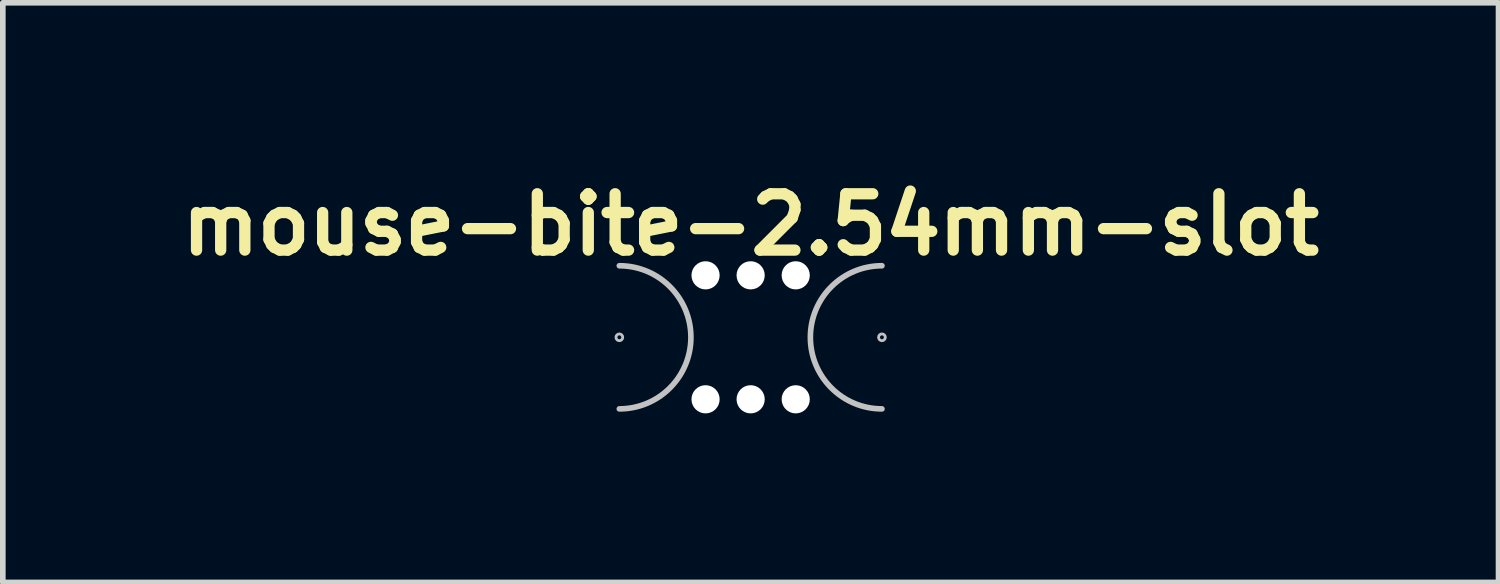
<source format=kicad_pcb>
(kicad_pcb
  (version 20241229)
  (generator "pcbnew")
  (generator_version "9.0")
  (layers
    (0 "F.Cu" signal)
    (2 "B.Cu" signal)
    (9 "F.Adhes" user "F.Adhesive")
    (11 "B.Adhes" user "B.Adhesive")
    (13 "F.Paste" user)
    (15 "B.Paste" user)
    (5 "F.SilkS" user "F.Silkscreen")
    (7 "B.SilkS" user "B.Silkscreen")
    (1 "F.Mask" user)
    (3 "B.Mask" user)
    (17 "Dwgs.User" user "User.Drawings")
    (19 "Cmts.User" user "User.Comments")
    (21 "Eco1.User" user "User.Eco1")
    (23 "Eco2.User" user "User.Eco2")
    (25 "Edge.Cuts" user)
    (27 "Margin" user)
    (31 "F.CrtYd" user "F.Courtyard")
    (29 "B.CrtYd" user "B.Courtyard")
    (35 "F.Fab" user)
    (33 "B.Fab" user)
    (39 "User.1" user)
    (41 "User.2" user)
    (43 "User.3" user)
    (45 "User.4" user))
  (footprint "mouse-bite-2.54mm-slot"
    (layer "F.Cu")
    (at 10.271 2.936)
    (property "Reference" "mouse-bite-2.54mm-slot" (at 0 -2 0) (layer "F.SilkS") (effects (font (size 1 1) (thickness 0.2))))
    (attr through_hole)
    (fp_arc (start -2.33 -1.27) (mid -1.06 0) (end -2.33 1.27) (stroke (width 0.1) (type solid)) (layer "Dwgs.User"))
    (fp_arc (start 2.33 1.27) (mid 1.06 0) (end 2.33 -1.27) (stroke (width 0.1) (type solid)) (layer "Dwgs.User"))
    (fp_circle (center -2.33 0) (end -2.27 0) (stroke (width 0.05) (type solid)) (fill no) (layer "Dwgs.User"))
    (fp_circle (center 2.33 0) (end 2.33 -0.06) (stroke (width 0.05) (type solid)) (fill no) (layer "Dwgs.User"))
    (pad "" np_thru_hole circle (at -0.8 -1.1) (size 0.5 0.5) (drill 0.5) (layers "*.Cu" "*.Mask"))
    (pad "" np_thru_hole circle (at -0.8 1.1) (size 0.5 0.5) (drill 0.5) (layers "*.Cu" "*.Mask"))
    (pad "" np_thru_hole circle (at 0 -1.1) (size 0.5 0.5) (drill 0.5) (layers "*.Cu" "*.Mask"))
    (pad "" np_thru_hole circle (at 0 1.1) (size 0.5 0.5) (drill 0.5) (layers "*.Cu" "*.Mask"))
    (pad "" np_thru_hole circle (at 0.8 -1.1) (size 0.5 0.5) (drill 0.5) (layers "*.Cu" "*.Mask"))
    (pad "" np_thru_hole circle (at 0.8 1.1) (size 0.5 0.5) (drill 0.5) (layers "*.Cu" "*.Mask")))
  (gr_rect
    (start -3 -3)
    (end 23.543 7.286)
    (stroke (width 0.1) (type default))
    (fill no)
    (layer "Edge.Cuts")))
</source>
